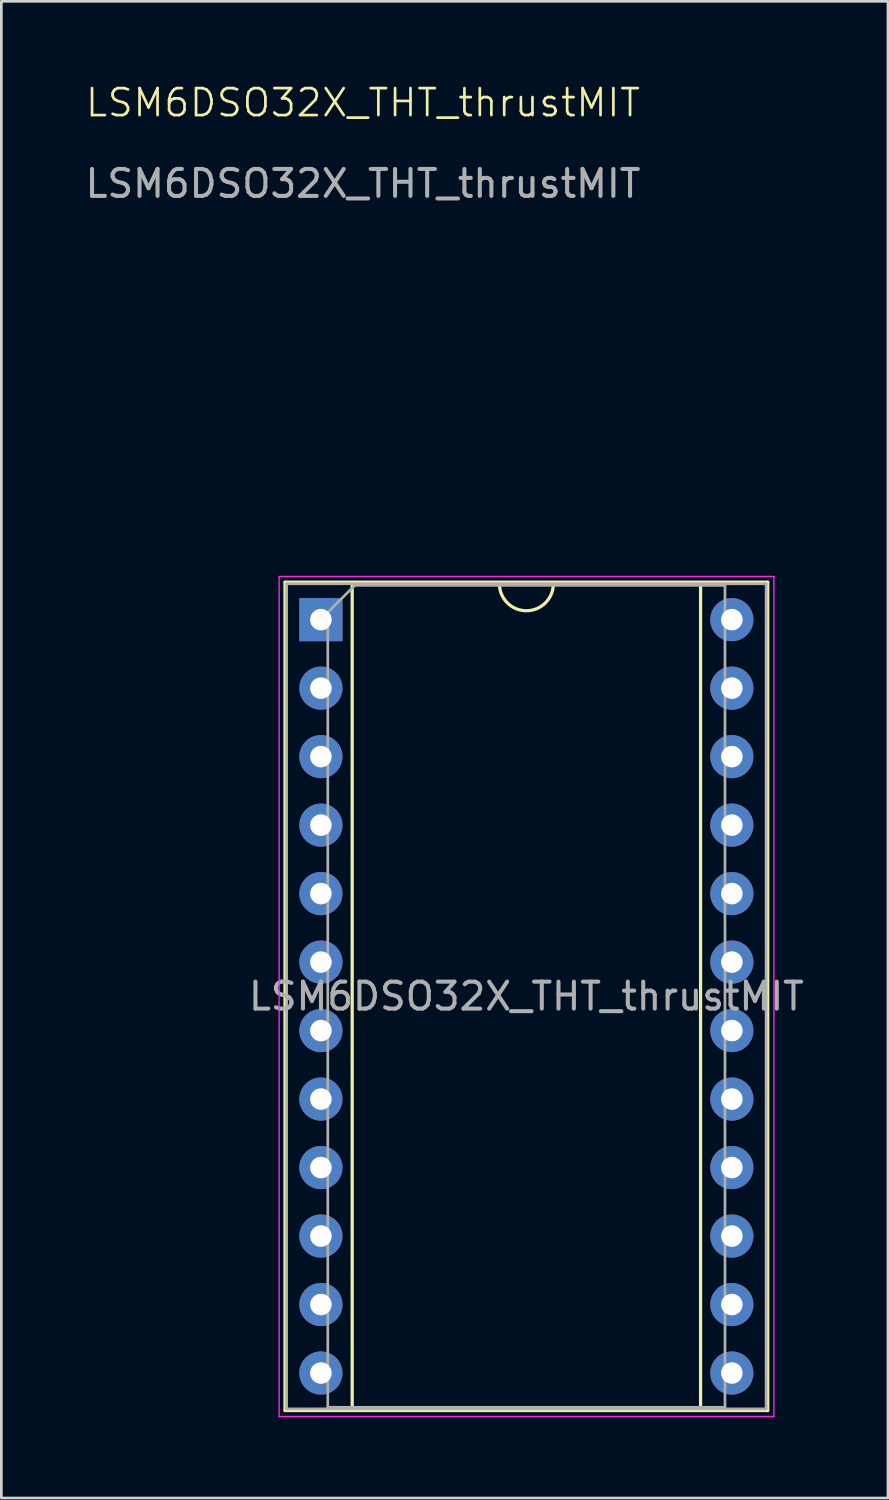
<source format=kicad_pcb>
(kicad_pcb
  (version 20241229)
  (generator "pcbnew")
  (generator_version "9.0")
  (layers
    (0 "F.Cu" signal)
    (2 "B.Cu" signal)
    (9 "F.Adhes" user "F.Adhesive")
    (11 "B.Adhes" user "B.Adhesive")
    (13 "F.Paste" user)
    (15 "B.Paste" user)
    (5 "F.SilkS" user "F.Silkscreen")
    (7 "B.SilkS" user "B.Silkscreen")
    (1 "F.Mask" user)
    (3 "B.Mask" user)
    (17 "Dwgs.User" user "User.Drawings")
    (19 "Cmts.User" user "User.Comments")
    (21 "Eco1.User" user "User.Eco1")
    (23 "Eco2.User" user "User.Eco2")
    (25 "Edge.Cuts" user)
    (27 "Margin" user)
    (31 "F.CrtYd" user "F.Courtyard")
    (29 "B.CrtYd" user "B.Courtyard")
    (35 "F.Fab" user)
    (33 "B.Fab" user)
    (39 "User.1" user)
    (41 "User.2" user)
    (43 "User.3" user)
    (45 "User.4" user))
  (footprint "LSM6DSO32X_THT_thrustMIT"
    (layer "F.Cu")
    (at 15.491 26.62)
    (property "Reference" "LSM6DSO32X_THT_thrustMIT" (at -5.08 -25.86 0) (unlocked yes) (layer "F.SilkS") (effects (font (size 1 1) (thickness 0.1))))
    (attr through_hole)
    (fp_line (start -7.97 -8.08) (end -7.97 22.64) (stroke (width 0.12) (type solid)) (layer "F.SilkS"))
    (fp_line (start -7.97 22.64) (end 9.93 22.64) (stroke (width 0.12) (type solid)) (layer "F.SilkS"))
    (fp_line (start -5.48 -8.02) (end -5.48 22.58) (stroke (width 0.12) (type solid)) (layer "F.SilkS"))
    (fp_line (start -5.48 22.58) (end 7.44 22.58) (stroke (width 0.12) (type solid)) (layer "F.SilkS"))
    (fp_line (start -0.02 -8.02) (end -5.48 -8.02) (stroke (width 0.12) (type solid)) (layer "F.SilkS"))
    (fp_line (start 7.44 -8.02) (end 1.98 -8.02) (stroke (width 0.12) (type solid)) (layer "F.SilkS"))
    (fp_line (start 7.44 22.58) (end 7.44 -8.02) (stroke (width 0.12) (type solid)) (layer "F.SilkS"))
    (fp_line (start 9.93 -8.08) (end -7.97 -8.08) (stroke (width 0.12) (type solid)) (layer "F.SilkS"))
    (fp_line (start 9.93 22.64) (end 9.93 -8.08) (stroke (width 0.12) (type solid)) (layer "F.SilkS"))
    (fp_arc (start 1.98 -8.02) (mid 0.98 -7.02) (end -0.02 -8.02) (stroke (width 0.12) (type solid)) (layer "F.SilkS"))
    (fp_line (start -8.19 -8.29) (end -8.19 22.86) (stroke (width 0.05) (type solid)) (layer "F.CrtYd"))
    (fp_line (start -8.19 22.86) (end 10.16 22.86) (stroke (width 0.05) (type solid)) (layer "F.CrtYd"))
    (fp_line (start 10.16 -8.29) (end -8.19 -8.29) (stroke (width 0.05) (type solid)) (layer "F.CrtYd"))
    (fp_line (start 10.16 22.86) (end 10.16 -8.29) (stroke (width 0.05) (type solid)) (layer "F.CrtYd"))
    (fp_line (start -7.91 -8.02) (end -7.91 22.58) (stroke (width 0.1) (type solid)) (layer "F.Fab"))
    (fp_line (start -7.91 22.58) (end 9.87 22.58) (stroke (width 0.1) (type solid)) (layer "F.Fab"))
    (fp_line (start -6.385 -6.96) (end -5.385 -7.96) (stroke (width 0.1) (type solid)) (layer "F.Fab"))
    (fp_line (start -6.385 22.52) (end -6.385 -6.96) (stroke (width 0.1) (type solid)) (layer "F.Fab"))
    (fp_line (start -5.385 -7.96) (end 8.345 -7.96) (stroke (width 0.1) (type solid)) (layer "F.Fab"))
    (fp_line (start 8.345 -7.96) (end 8.345 22.52) (stroke (width 0.1) (type solid)) (layer "F.Fab"))
    (fp_line (start 8.345 22.52) (end -6.385 22.52) (stroke (width 0.1) (type solid)) (layer "F.Fab"))
    (fp_line (start 9.87 -8.02) (end -7.91 -8.02) (stroke (width 0.1) (type solid)) (layer "F.Fab"))
    (fp_line (start 9.87 22.58) (end 9.87 -8.02) (stroke (width 0.1) (type solid)) (layer "F.Fab"))
    (fp_text user "${REFERENCE}" (at 0.98 7.28 180) (layer "F.Fab") (effects (font (size 1 1) (thickness 0.15))))
    (fp_text user "${REFERENCE}" (at -5.08 -22.86 0) (unlocked yes) (layer "F.Fab") (effects (font (size 1 1) (thickness 0.15))))
    (pad "1" thru_hole rect (at -6.64 -6.69) (size 1.6 1.6) (drill 0.8) (layers "*.Cu" "*.Mask"))
    (pad "2" thru_hole oval (at -6.64 -4.15) (size 1.6 1.6) (drill 0.8) (layers "*.Cu" "*.Mask"))
    (pad "3" thru_hole oval (at -6.64 -1.61) (size 1.6 1.6) (drill 0.8) (layers "*.Cu" "*.Mask"))
    (pad "4" thru_hole oval (at -6.64 0.93) (size 1.6 1.6) (drill 0.8) (layers "*.Cu" "*.Mask"))
    (pad "5" thru_hole oval (at -6.64 3.47) (size 1.6 1.6) (drill 0.8) (layers "*.Cu" "*.Mask"))
    (pad "6" thru_hole oval (at -6.64 6.01) (size 1.6 1.6) (drill 0.8) (layers "*.Cu" "*.Mask"))
    (pad "7" thru_hole oval (at -6.64 8.55) (size 1.6 1.6) (drill 0.8) (layers "*.Cu" "*.Mask"))
    (pad "8" thru_hole oval (at -6.64 11.09) (size 1.6 1.6) (drill 0.8) (layers "*.Cu" "*.Mask"))
    (pad "9" thru_hole oval (at -6.64 13.63) (size 1.6 1.6) (drill 0.8) (layers "*.Cu" "*.Mask"))
    (pad "10" thru_hole oval (at -6.64 16.17) (size 1.6 1.6) (drill 0.8) (layers "*.Cu" "*.Mask"))
    (pad "11" thru_hole oval (at -6.64 18.71) (size 1.6 1.6) (drill 0.8) (layers "*.Cu" "*.Mask"))
    (pad "12" thru_hole oval (at -6.64 21.25) (size 1.6 1.6) (drill 0.8) (layers "*.Cu" "*.Mask"))
    (pad "13" thru_hole oval (at 8.6 -6.69) (size 1.6 1.6) (drill 0.8) (layers "*.Cu" "*.Mask"))
    (pad "14" thru_hole oval (at 8.6 -4.15) (size 1.6 1.6) (drill 0.8) (layers "*.Cu" "*.Mask"))
    (pad "15" thru_hole oval (at 8.6 -1.61) (size 1.6 1.6) (drill 0.8) (layers "*.Cu" "*.Mask"))
    (pad "16" thru_hole oval (at 8.6 0.93) (size 1.6 1.6) (drill 0.8) (layers "*.Cu" "*.Mask"))
    (pad "17" thru_hole oval (at 8.6 3.47) (size 1.6 1.6) (drill 0.8) (layers "*.Cu" "*.Mask"))
    (pad "18" thru_hole oval (at 8.6 6.01) (size 1.6 1.6) (drill 0.8) (layers "*.Cu" "*.Mask"))
    (pad "19" thru_hole oval (at 8.6 8.55) (size 1.6 1.6) (drill 0.8) (layers "*.Cu" "*.Mask"))
    (pad "20" thru_hole oval (at 8.6 11.09) (size 1.6 1.6) (drill 0.8) (layers "*.Cu" "*.Mask"))
    (pad "21" thru_hole oval (at 8.6 13.63) (size 1.6 1.6) (drill 0.8) (layers "*.Cu" "*.Mask"))
    (pad "22" thru_hole oval (at 8.6 16.17) (size 1.6 1.6) (drill 0.8) (layers "*.Cu" "*.Mask"))
    (pad "23" thru_hole oval (at 8.6 18.71) (size 1.6 1.6) (drill 0.8) (layers "*.Cu" "*.Mask"))
    (pad "24" thru_hole oval (at 8.6 21.25) (size 1.6 1.6) (drill 0.8) (layers "*.Cu" "*.Mask")))
  (gr_rect
    (start -3 -3)
    (end 29.881 52.505)
    (stroke (width 0.1) (type default))
    (fill no)
    (layer "Edge.Cuts")))
</source>
